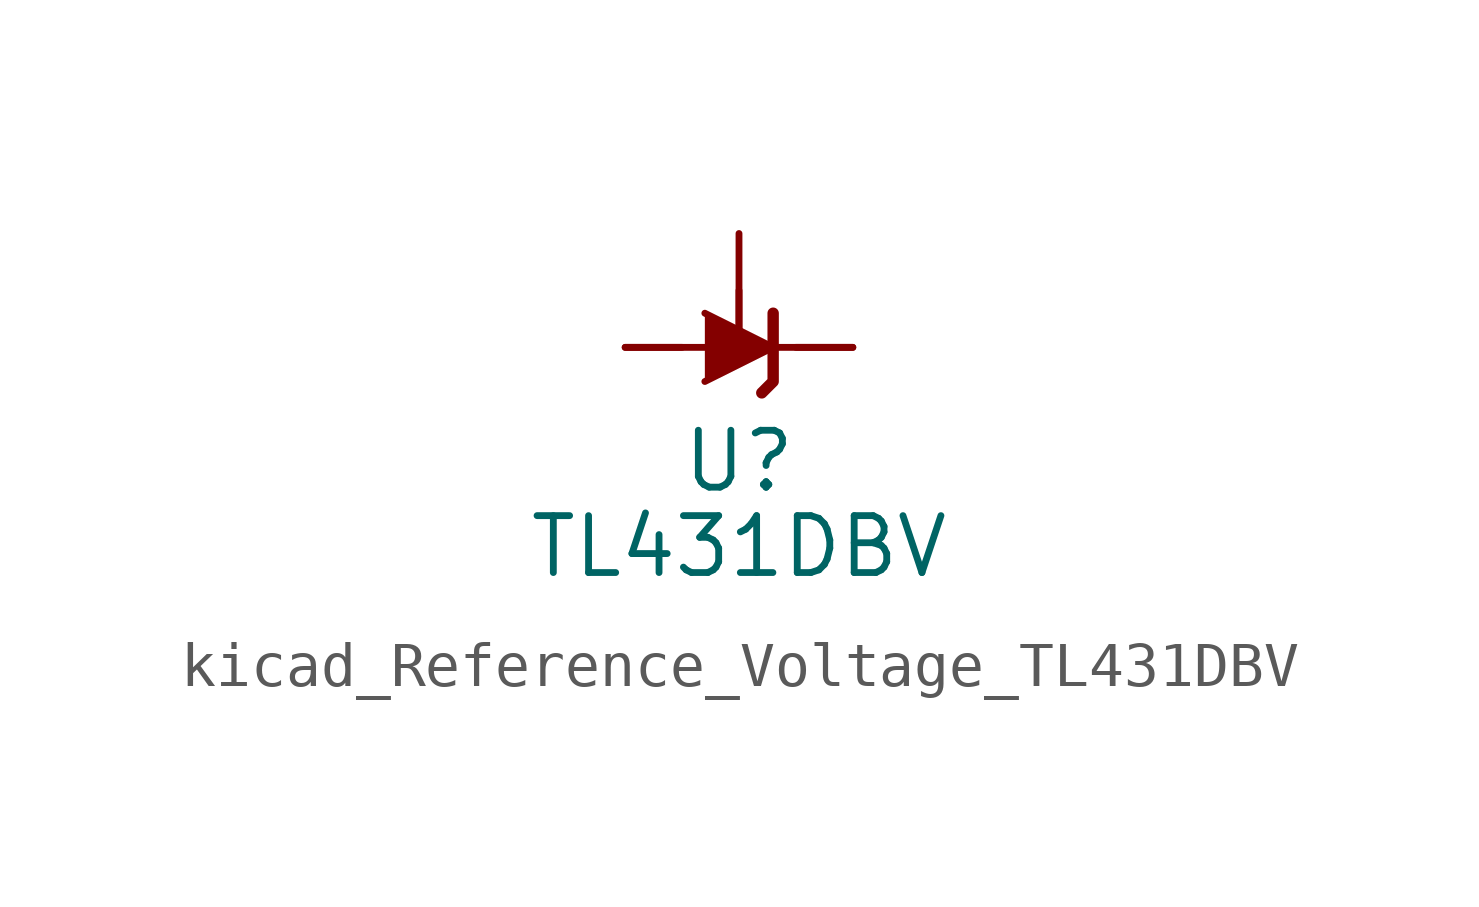
<source format=kicad_sym>
(kicad_symbol_lib
  (version 20220914)
  (generator kicad_symbol_editor)
  (symbol "kicad_Reference_Voltage_TL431DBV"
    (pin_numbers hide)
    (pin_names hide)
    (property "Reference" "U"
      (at 0 -2.54 0)
      (effects (font (size 1.27 1.27))))
    (property "Value" "TL431DBV"
      (at 0 -4.445 0)
      (effects (font (size 1.27 1.27))))
    (symbol "kicad_Reference_Voltage_TL431DBV_0_1"
      (polyline (pts (xy -2.54 0) (xy 0 0) (xy 2.54 0)) (stroke (width 0) (type default)) (fill (type none)))
      (polyline (pts (xy -0.762 0.762) (xy 0.762 0) (xy -0.762 -0.762)) (stroke (width 0) (type default)) (fill (type outline)))
      (polyline (pts (xy 0.508 -1.016) (xy 0.762 -0.762) (xy 0.762 0.762) (xy 0.762 0.762)) (stroke (width 0.254) (type default)) (fill (type none))))
    (symbol "kicad_Reference_Voltage_TL431DBV_1_1"
      (polyline (pts (xy 0 1.27) (xy 0 0)) (stroke (width 0) (type default)) (fill (type none)))
      (pin passive line (at 2.54 0 180) (length 1.27) (name "K" (effects (font (size 1.27 1.27)))) (number "3" (effects (font (size 1.27 1.27)))))
      (pin passive line (at 0 2.54 270) (length 2.54) (name "REF" (effects (font (size 1.27 1.27)))) (number "4" (effects (font (size 1.27 1.27)))))
      (pin passive line (at -2.54 0 0) (length 1.27) (name "A" (effects (font (size 1.27 1.27)))) (number "5" (effects (font (size 1.27 1.27))))))))
</source>
